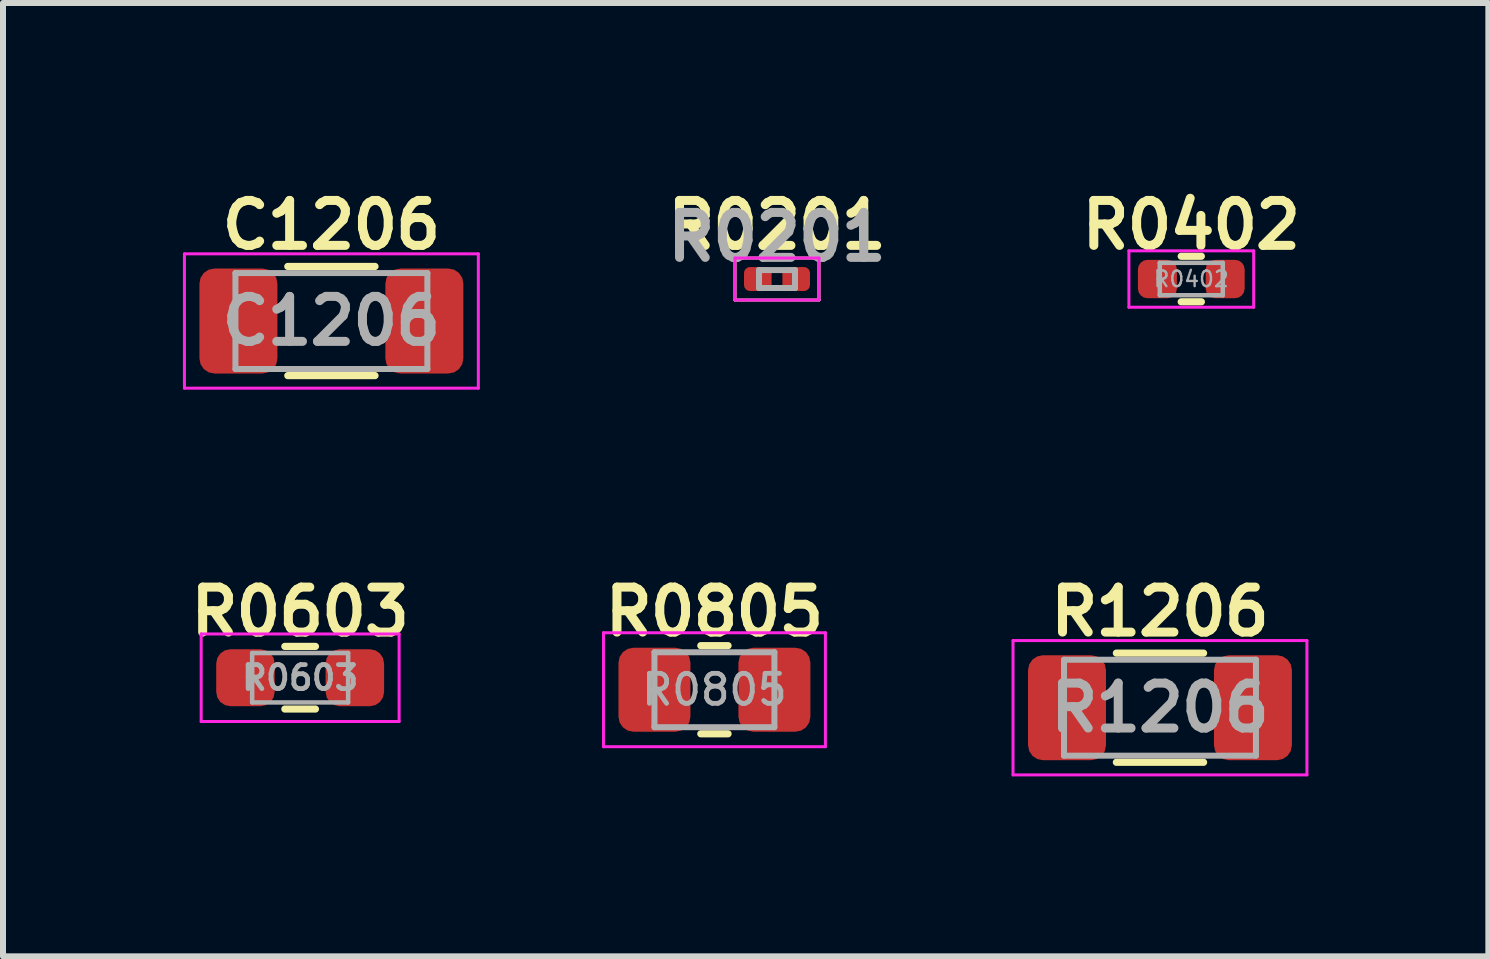
<source format=kicad_pcb>
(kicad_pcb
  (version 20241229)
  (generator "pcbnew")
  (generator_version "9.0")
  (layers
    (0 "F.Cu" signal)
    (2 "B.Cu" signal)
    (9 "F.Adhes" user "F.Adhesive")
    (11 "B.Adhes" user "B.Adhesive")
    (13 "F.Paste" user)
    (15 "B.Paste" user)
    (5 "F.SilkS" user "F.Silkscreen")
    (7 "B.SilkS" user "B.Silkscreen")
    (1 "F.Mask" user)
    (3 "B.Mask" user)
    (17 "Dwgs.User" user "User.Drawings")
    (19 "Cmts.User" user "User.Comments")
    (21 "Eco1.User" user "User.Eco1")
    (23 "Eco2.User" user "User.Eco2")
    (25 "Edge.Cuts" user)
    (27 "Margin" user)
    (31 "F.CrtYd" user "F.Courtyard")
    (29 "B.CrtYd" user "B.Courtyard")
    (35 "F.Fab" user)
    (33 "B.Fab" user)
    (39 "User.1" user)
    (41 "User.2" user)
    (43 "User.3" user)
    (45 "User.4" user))
  (footprint "R0201"
    (layer "F.Cu")
    (at 9.904 1.602)
    (property "Reference" "R0201" (at 0 -0.9 0) (layer "F.SilkS") (effects (font (size 0.75 0.75) (thickness 0.15))))
    (attr smd)
    (fp_line (start -0.7 -0.35) (end 0.7 -0.35) (stroke (width 0.05) (type solid)) (layer "F.SilkS"))
    (fp_line (start -0.7 0.35) (end -0.7 -0.35) (stroke (width 0.05) (type solid)) (layer "F.SilkS"))
    (fp_line (start 0.7 -0.35) (end 0.7 0.35) (stroke (width 0.05) (type solid)) (layer "F.SilkS"))
    (fp_line (start 0.7 0.35) (end -0.7 0.35) (stroke (width 0.05) (type solid)) (layer "F.SilkS"))
    (fp_line (start -0.7 -0.35) (end 0.7 -0.35) (stroke (width 0.05) (type solid)) (layer "F.CrtYd"))
    (fp_line (start -0.7 0.35) (end -0.7 -0.35) (stroke (width 0.05) (type solid)) (layer "F.CrtYd"))
    (fp_line (start 0.7 -0.35) (end 0.7 0.35) (stroke (width 0.05) (type solid)) (layer "F.CrtYd"))
    (fp_line (start 0.7 0.35) (end -0.7 0.35) (stroke (width 0.05) (type solid)) (layer "F.CrtYd"))
    (fp_line (start -0.3 -0.15) (end 0.3 -0.15) (stroke (width 0.1) (type solid)) (layer "F.Fab"))
    (fp_line (start -0.3 0.15) (end -0.3 -0.15) (stroke (width 0.1) (type solid)) (layer "F.Fab"))
    (fp_line (start 0.3 -0.15) (end 0.3 0.15) (stroke (width 0.1) (type solid)) (layer "F.Fab"))
    (fp_line (start 0.3 0.15) (end -0.3 0.15) (stroke (width 0.1) (type solid)) (layer "F.Fab"))
    (fp_text user "${REFERENCE}" (at 0 -0.7 0) (layer "F.Fab") (effects (font (size 0.75 0.75) (thickness 0.15) (bold yes))))
    (pad "" smd roundrect (at -0.345 0) (size 0.318 0.36) (layers "F.Paste") (roundrect_rratio 0.25))
    (pad "" smd roundrect (at 0.345 0) (size 0.318 0.36) (layers "F.Paste") (roundrect_rratio 0.25))
    (pad "1" smd roundrect (at -0.32 0) (size 0.46 0.4) (layers "F.Cu" "F.Mask") (roundrect_rratio 0.25))
    (pad "2" smd roundrect (at 0.32 0) (size 0.46 0.4) (layers "F.Cu" "F.Mask") (roundrect_rratio 0.25)))
  (footprint "R0402"
    (layer "F.Cu")
    (at 16.811 1.602)
    (property "Reference" "R0402" (at 0 -0.9 0) (layer "F.SilkS") (effects (font (size 0.75 0.75) (thickness 0.15) (bold yes))))
    (attr smd)
    (fp_line (start -0.168 -0.38) (end 0.168 -0.38) (stroke (width 0.12) (type solid)) (layer "F.SilkS"))
    (fp_line (start -0.168 0.38) (end 0.168 0.38) (stroke (width 0.12) (type solid)) (layer "F.SilkS"))
    (fp_line (start -1.04 -0.47) (end 1.04 -0.47) (stroke (width 0.05) (type solid)) (layer "F.CrtYd"))
    (fp_line (start -1.04 0.47) (end -1.04 -0.47) (stroke (width 0.05) (type solid)) (layer "F.CrtYd"))
    (fp_line (start 1.04 -0.47) (end 1.04 0.47) (stroke (width 0.05) (type solid)) (layer "F.CrtYd"))
    (fp_line (start 1.04 0.47) (end -1.04 0.47) (stroke (width 0.05) (type solid)) (layer "F.CrtYd"))
    (fp_line (start -0.525 -0.27) (end 0.525 -0.27) (stroke (width 0.075) (type solid)) (layer "F.Fab"))
    (fp_line (start -0.525 0.27) (end -0.525 -0.27) (stroke (width 0.075) (type solid)) (layer "F.Fab"))
    (fp_line (start 0.525 -0.27) (end 0.525 0.27) (stroke (width 0.075) (type solid)) (layer "F.Fab"))
    (fp_line (start 0.525 0.27) (end -0.525 0.27) (stroke (width 0.075) (type solid)) (layer "F.Fab"))
    (fp_text user "${REFERENCE}" (at 0 0 0) (layer "F.Fab") (effects (font (size 0.26 0.26) (thickness 0.04))))
    (pad "1" smd roundrect (at -0.565 0) (size 0.65 0.64) (layers "F.Cu" "F.Mask" "F.Paste") (roundrect_rratio 0.25))
    (pad "2" smd roundrect (at 0.565 0) (size 0.65 0.64) (layers "F.Cu" "F.Mask" "F.Paste") (roundrect_rratio 0.25)))
  (footprint "R0603"
    (layer "F.Cu")
    (at 1.954 8.249)
    (property "Reference" "R0603" (at 0 -1.1 0) (layer "F.SilkS") (effects (font (size 0.75 0.75) (thickness 0.15))))
    (attr smd)
    (fp_line (start -0.255 -0.522) (end 0.255 -0.522) (stroke (width 0.12) (type solid)) (layer "F.SilkS"))
    (fp_line (start -0.255 0.522) (end 0.255 0.522) (stroke (width 0.12) (type solid)) (layer "F.SilkS"))
    (fp_line (start -1.65 -0.73) (end 1.65 -0.73) (stroke (width 0.05) (type solid)) (layer "F.CrtYd"))
    (fp_line (start -1.65 0.73) (end -1.65 -0.73) (stroke (width 0.05) (type solid)) (layer "F.CrtYd"))
    (fp_line (start 1.65 -0.73) (end 1.65 0.73) (stroke (width 0.05) (type solid)) (layer "F.CrtYd"))
    (fp_line (start 1.65 0.73) (end -1.65 0.73) (stroke (width 0.05) (type solid)) (layer "F.CrtYd"))
    (fp_line (start -0.8 -0.412) (end 0.8 -0.412) (stroke (width 0.075) (type solid)) (layer "F.Fab"))
    (fp_line (start -0.8 0.412) (end -0.8 -0.412) (stroke (width 0.075) (type solid)) (layer "F.Fab"))
    (fp_line (start 0.8 -0.412) (end 0.8 0.412) (stroke (width 0.075) (type solid)) (layer "F.Fab"))
    (fp_line (start 0.8 0.412) (end -0.8 0.412) (stroke (width 0.075) (type solid)) (layer "F.Fab"))
    (fp_text user "${REFERENCE}" (at 0 0 0) (layer "F.Fab") (effects (font (size 0.4 0.4) (thickness 0.08) (bold yes))))
    (pad "1" smd roundrect (at -0.912 0) (size 0.975 0.95) (layers "F.Cu" "F.Mask" "F.Paste") (roundrect_rratio 0.25))
    (pad "2" smd roundrect (at 0.912 0) (size 0.975 0.95) (layers "F.Cu" "F.Mask" "F.Paste") (roundrect_rratio 0.25)))
  (footprint "R0805"
    (layer "F.Cu")
    (at 8.861 8.449)
    (property "Reference" "R0805" (at 0 -1.3 0) (layer "F.SilkS") (effects (font (size 0.75 0.75) (thickness 0.15))))
    (attr smd)
    (fp_line (start -0.227 -0.735) (end 0.227 -0.735) (stroke (width 0.12) (type solid)) (layer "F.SilkS"))
    (fp_line (start -0.227 0.735) (end 0.227 0.735) (stroke (width 0.12) (type solid)) (layer "F.SilkS"))
    (fp_line (start -1.85 -0.95) (end 1.85 -0.95) (stroke (width 0.05) (type solid)) (layer "F.CrtYd"))
    (fp_line (start -1.85 0.95) (end -1.85 -0.95) (stroke (width 0.05) (type solid)) (layer "F.CrtYd"))
    (fp_line (start 1.85 -0.95) (end 1.85 0.95) (stroke (width 0.05) (type solid)) (layer "F.CrtYd"))
    (fp_line (start 1.85 0.95) (end -1.85 0.95) (stroke (width 0.05) (type solid)) (layer "F.CrtYd"))
    (fp_line (start -1 -0.625) (end 1 -0.625) (stroke (width 0.1) (type solid)) (layer "F.Fab"))
    (fp_line (start -1 0.625) (end -1 -0.625) (stroke (width 0.1) (type solid)) (layer "F.Fab"))
    (fp_line (start 1 -0.625) (end 1 0.625) (stroke (width 0.1) (type solid)) (layer "F.Fab"))
    (fp_line (start 1 0.625) (end -1 0.625) (stroke (width 0.1) (type solid)) (layer "F.Fab"))
    (fp_text user "${REFERENCE}" (at 0 0 0) (layer "F.Fab") (effects (font (size 0.5 0.5) (thickness 0.08))))
    (pad "1" smd roundrect (at -1 0) (size 1.2 1.4) (layers "F.Cu" "F.Mask" "F.Paste") (roundrect_rratio 0.208))
    (pad "2" smd roundrect (at 1 0) (size 1.2 1.4) (layers "F.Cu" "F.Mask" "F.Paste") (roundrect_rratio 0.208)))
  (footprint "R1206"
    (layer "F.Cu")
    (at 16.289 8.749)
    (property "Reference" "R1206" (at 0 -1.6 0) (layer "F.SilkS") (effects (font (size 0.75 0.75) (thickness 0.15))))
    (attr smd)
    (fp_line (start -0.727 -0.91) (end 0.727 -0.91) (stroke (width 0.12) (type solid)) (layer "F.SilkS"))
    (fp_line (start -0.727 0.91) (end 0.727 0.91) (stroke (width 0.12) (type solid)) (layer "F.SilkS"))
    (fp_line (start -2.45 -1.12) (end 2.45 -1.12) (stroke (width 0.05) (type solid)) (layer "F.CrtYd"))
    (fp_line (start -2.45 1.12) (end -2.45 -1.12) (stroke (width 0.05) (type solid)) (layer "F.CrtYd"))
    (fp_line (start 2.45 -1.12) (end 2.45 1.12) (stroke (width 0.05) (type solid)) (layer "F.CrtYd"))
    (fp_line (start 2.45 1.12) (end -2.45 1.12) (stroke (width 0.05) (type solid)) (layer "F.CrtYd"))
    (fp_line (start -1.6 -0.8) (end 1.6 -0.8) (stroke (width 0.1) (type solid)) (layer "F.Fab"))
    (fp_line (start -1.6 0.8) (end -1.6 -0.8) (stroke (width 0.1) (type solid)) (layer "F.Fab"))
    (fp_line (start 1.6 -0.8) (end 1.6 0.8) (stroke (width 0.1) (type solid)) (layer "F.Fab"))
    (fp_line (start 1.6 0.8) (end -1.6 0.8) (stroke (width 0.1) (type solid)) (layer "F.Fab"))
    (fp_text user "${REFERENCE}" (at 0 0 0) (layer "F.Fab") (effects (font (size 0.75 0.75) (thickness 0.15) (bold yes))))
    (pad "1" smd roundrect (at -1.55 0) (size 1.3 1.75) (layers "F.Cu" "F.Mask" "F.Paste") (roundrect_rratio 0.192))
    (pad "2" smd roundrect (at 1.55 0) (size 1.3 1.75) (layers "F.Cu" "F.Mask" "F.Paste") (roundrect_rratio 0.192)))
  (footprint "C1206"
    (layer "F.Cu")
    (at 2.475 2.302)
    (property "Reference" "C1206" (at 0 -1.6 0) (layer "F.SilkS") (effects (font (size 0.75 0.75) (thickness 0.15))))
    (attr smd)
    (fp_line (start -0.727 -0.91) (end 0.727 -0.91) (stroke (width 0.12) (type solid)) (layer "F.SilkS"))
    (fp_line (start -0.727 0.91) (end 0.727 0.91) (stroke (width 0.12) (type solid)) (layer "F.SilkS"))
    (fp_line (start -2.45 -1.12) (end 2.45 -1.12) (stroke (width 0.05) (type solid)) (layer "F.CrtYd"))
    (fp_line (start -2.45 1.12) (end -2.45 -1.12) (stroke (width 0.05) (type solid)) (layer "F.CrtYd"))
    (fp_line (start 2.45 -1.12) (end 2.45 1.12) (stroke (width 0.05) (type solid)) (layer "F.CrtYd"))
    (fp_line (start 2.45 1.12) (end -2.45 1.12) (stroke (width 0.05) (type solid)) (layer "F.CrtYd"))
    (fp_line (start -1.6 -0.8) (end 1.6 -0.8) (stroke (width 0.1) (type solid)) (layer "F.Fab"))
    (fp_line (start -1.6 0.8) (end -1.6 -0.8) (stroke (width 0.1) (type solid)) (layer "F.Fab"))
    (fp_line (start 1.6 -0.8) (end 1.6 0.8) (stroke (width 0.1) (type solid)) (layer "F.Fab"))
    (fp_line (start 1.6 0.8) (end -1.6 0.8) (stroke (width 0.1) (type solid)) (layer "F.Fab"))
    (fp_text user "${REFERENCE}" (at 0 0 0) (layer "F.Fab") (effects (font (size 0.75 0.75) (thickness 0.15) (bold yes))))
    (pad "1" smd roundrect (at -1.55 0) (size 1.3 1.75) (layers "F.Cu" "F.Mask" "F.Paste") (roundrect_rratio 0.192))
    (pad "2" smd roundrect (at 1.55 0) (size 1.3 1.75) (layers "F.Cu" "F.Mask" "F.Paste") (roundrect_rratio 0.192)))
  (gr_rect
    (start -3 -3)
    (end 21.764 12.894)
    (stroke (width 0.1) (type default))
    (fill no)
    (layer "Edge.Cuts")))
</source>
